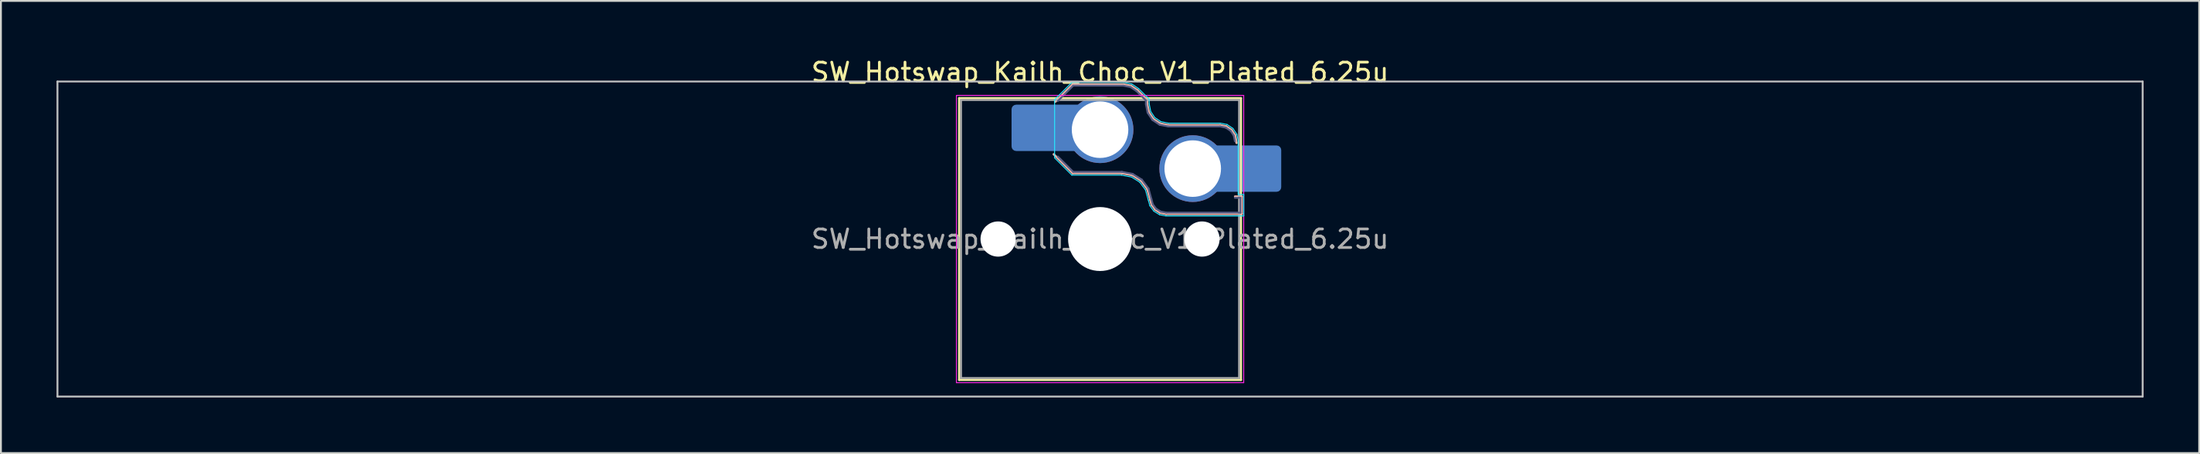
<source format=kicad_pcb>
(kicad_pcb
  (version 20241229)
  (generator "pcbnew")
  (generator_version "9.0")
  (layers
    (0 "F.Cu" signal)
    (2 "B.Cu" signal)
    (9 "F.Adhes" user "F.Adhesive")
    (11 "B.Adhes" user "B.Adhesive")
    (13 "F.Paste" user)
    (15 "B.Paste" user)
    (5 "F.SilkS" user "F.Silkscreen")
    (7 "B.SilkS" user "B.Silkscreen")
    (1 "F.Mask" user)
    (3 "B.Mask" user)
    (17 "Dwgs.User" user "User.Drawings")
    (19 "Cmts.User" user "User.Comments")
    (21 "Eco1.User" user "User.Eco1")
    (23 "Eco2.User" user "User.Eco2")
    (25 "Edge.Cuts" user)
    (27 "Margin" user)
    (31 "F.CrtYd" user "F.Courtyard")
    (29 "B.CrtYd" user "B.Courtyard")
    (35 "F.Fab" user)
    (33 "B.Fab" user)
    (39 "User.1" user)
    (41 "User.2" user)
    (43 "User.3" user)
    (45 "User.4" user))
  (footprint "SW_Hotswap_Kailh_Choc_V1_Plated_6.25u"
    (layer "F.Cu")
    (at 56.3 9.848)
    (property "Reference" "SW_Hotswap_Kailh_Choc_V1_Plated_6.25u" (at 0 -9 0) (layer "F.SilkS") (effects (font (size 1 1) (thickness 0.15))))
    (attr smd)
    (fp_line (start -7.6 -7.6) (end -7.6 7.6) (stroke (width 0.12) (type solid)) (layer "F.SilkS"))
    (fp_line (start -7.6 7.6) (end 7.6 7.6) (stroke (width 0.12) (type solid)) (layer "F.SilkS"))
    (fp_line (start 7.6 -7.6) (end -7.6 -7.6) (stroke (width 0.12) (type solid)) (layer "F.SilkS"))
    (fp_line (start 7.6 7.6) (end 7.6 -7.6) (stroke (width 0.12) (type solid)) (layer "F.SilkS"))
    (fp_line (start -2.416 -7.409) (end -1.479 -8.346) (stroke (width 0.12) (type solid)) (layer "B.SilkS"))
    (fp_line (start -1.479 -8.346) (end 1.268 -8.346) (stroke (width 0.12) (type solid)) (layer "B.SilkS"))
    (fp_line (start -1.479 -3.554) (end -2.5 -4.575) (stroke (width 0.12) (type solid)) (layer "B.SilkS"))
    (fp_line (start 1.168 -3.554) (end -1.479 -3.554) (stroke (width 0.12) (type solid)) (layer "B.SilkS"))
    (fp_line (start 1.268 -8.346) (end 1.671 -8.266) (stroke (width 0.12) (type solid)) (layer "B.SilkS"))
    (fp_line (start 1.671 -8.266) (end 2.013 -8.037) (stroke (width 0.12) (type solid)) (layer "B.SilkS"))
    (fp_line (start 1.73 -3.449) (end 1.168 -3.554) (stroke (width 0.12) (type solid)) (layer "B.SilkS"))
    (fp_line (start 2.013 -8.037) (end 2.546 -7.504) (stroke (width 0.12) (type solid)) (layer "B.SilkS"))
    (fp_line (start 2.209 -3.15) (end 1.73 -3.449) (stroke (width 0.12) (type solid)) (layer "B.SilkS"))
    (fp_line (start 2.546 -7.504) (end 2.546 -7.282) (stroke (width 0.12) (type solid)) (layer "B.SilkS"))
    (fp_line (start 2.546 -7.282) (end 2.633 -6.844) (stroke (width 0.12) (type solid)) (layer "B.SilkS"))
    (fp_line (start 2.547 -2.697) (end 2.209 -3.15) (stroke (width 0.12) (type solid)) (layer "B.SilkS"))
    (fp_line (start 2.633 -6.844) (end 2.877 -6.477) (stroke (width 0.12) (type solid)) (layer "B.SilkS"))
    (fp_line (start 2.701 -2.139) (end 2.547 -2.697) (stroke (width 0.12) (type solid)) (layer "B.SilkS"))
    (fp_line (start 2.783 -1.841) (end 2.701 -2.139) (stroke (width 0.12) (type solid)) (layer "B.SilkS"))
    (fp_line (start 2.877 -6.477) (end 3.244 -6.233) (stroke (width 0.12) (type solid)) (layer "B.SilkS"))
    (fp_line (start 2.976 -1.583) (end 2.783 -1.841) (stroke (width 0.12) (type solid)) (layer "B.SilkS"))
    (fp_line (start 3.244 -6.233) (end 3.682 -6.146) (stroke (width 0.12) (type solid)) (layer "B.SilkS"))
    (fp_line (start 3.25 -1.413) (end 2.976 -1.583) (stroke (width 0.12) (type solid)) (layer "B.SilkS"))
    (fp_line (start 3.56 -1.354) (end 3.25 -1.413) (stroke (width 0.12) (type solid)) (layer "B.SilkS"))
    (fp_line (start 3.682 -6.146) (end 6.482 -6.146) (stroke (width 0.12) (type solid)) (layer "B.SilkS"))
    (fp_line (start 6.482 -6.146) (end 6.809 -6.081) (stroke (width 0.12) (type solid)) (layer "B.SilkS"))
    (fp_line (start 6.809 -6.081) (end 7.092 -5.892) (stroke (width 0.12) (type solid)) (layer "B.SilkS"))
    (fp_line (start 7.092 -5.892) (end 7.281 -5.609) (stroke (width 0.12) (type solid)) (layer "B.SilkS"))
    (fp_line (start 7.281 -5.609) (end 7.366 -5.182) (stroke (width 0.12) (type solid)) (layer "B.SilkS"))
    (fp_line (start 7.283 -2.296) (end 7.646 -2.296) (stroke (width 0.12) (type solid)) (layer "B.SilkS"))
    (fp_line (start 7.646 -2.296) (end 7.646 -1.354) (stroke (width 0.12) (type solid)) (layer "B.SilkS"))
    (fp_line (start 7.646 -1.354) (end 3.56 -1.354) (stroke (width 0.12) (type solid)) (layer "B.SilkS"))
    (fp_line (start -56.25 -8.5) (end -56.25 8.5) (stroke (width 0.1) (type solid)) (layer "Dwgs.User"))
    (fp_line (start -56.25 8.5) (end 56.25 8.5) (stroke (width 0.1) (type solid)) (layer "Dwgs.User"))
    (fp_line (start 56.25 -8.5) (end -56.25 -8.5) (stroke (width 0.1) (type solid)) (layer "Dwgs.User"))
    (fp_line (start 56.25 8.5) (end 56.25 -8.5) (stroke (width 0.1) (type solid)) (layer "Dwgs.User"))
    (fp_line (start -7.25 -7.25) (end -7.25 7.25) (stroke (width 0.1) (type solid)) (layer "Eco1.User"))
    (fp_line (start -7.25 7.25) (end 7.25 7.25) (stroke (width 0.1) (type solid)) (layer "Eco1.User"))
    (fp_line (start 7.25 -7.25) (end -7.25 -7.25) (stroke (width 0.1) (type solid)) (layer "Eco1.User"))
    (fp_line (start 7.25 7.25) (end 7.25 -7.25) (stroke (width 0.1) (type solid)) (layer "Eco1.User"))
    (fp_line (start -2.452 -7.523) (end -1.523 -8.452) (stroke (width 0.05) (type solid)) (layer "B.CrtYd"))
    (fp_line (start -2.452 -4.377) (end -2.452 -7.523) (stroke (width 0.05) (type solid)) (layer "B.CrtYd"))
    (fp_line (start -1.523 -8.452) (end 1.278 -8.452) (stroke (width 0.05) (type solid)) (layer "B.CrtYd"))
    (fp_line (start -1.523 -3.448) (end -2.452 -4.377) (stroke (width 0.05) (type solid)) (layer "B.CrtYd"))
    (fp_line (start 1.159 -3.448) (end -1.523 -3.448) (stroke (width 0.05) (type solid)) (layer "B.CrtYd"))
    (fp_line (start 1.278 -8.452) (end 1.712 -8.366) (stroke (width 0.05) (type solid)) (layer "B.CrtYd"))
    (fp_line (start 1.691 -3.348) (end 1.159 -3.448) (stroke (width 0.05) (type solid)) (layer "B.CrtYd"))
    (fp_line (start 1.712 -8.366) (end 2.081 -8.119) (stroke (width 0.05) (type solid)) (layer "B.CrtYd"))
    (fp_line (start 2.081 -8.119) (end 2.652 -7.548) (stroke (width 0.05) (type solid)) (layer "B.CrtYd"))
    (fp_line (start 2.136 -3.071) (end 1.691 -3.348) (stroke (width 0.05) (type solid)) (layer "B.CrtYd"))
    (fp_line (start 2.45 -2.65) (end 2.136 -3.071) (stroke (width 0.05) (type solid)) (layer "B.CrtYd"))
    (fp_line (start 2.599 -2.111) (end 2.45 -2.65) (stroke (width 0.05) (type solid)) (layer "B.CrtYd"))
    (fp_line (start 2.652 -7.548) (end 2.652 -7.292) (stroke (width 0.05) (type solid)) (layer "B.CrtYd"))
    (fp_line (start 2.652 -7.292) (end 2.733 -6.885) (stroke (width 0.05) (type solid)) (layer "B.CrtYd"))
    (fp_line (start 2.687 -1.794) (end 2.599 -2.111) (stroke (width 0.05) (type solid)) (layer "B.CrtYd"))
    (fp_line (start 2.733 -6.885) (end 2.953 -6.553) (stroke (width 0.05) (type solid)) (layer "B.CrtYd"))
    (fp_line (start 2.903 -1.503) (end 2.687 -1.794) (stroke (width 0.05) (type solid)) (layer "B.CrtYd"))
    (fp_line (start 2.953 -6.553) (end 3.285 -6.333) (stroke (width 0.05) (type solid)) (layer "B.CrtYd"))
    (fp_line (start 3.211 -1.312) (end 2.903 -1.503) (stroke (width 0.05) (type solid)) (layer "B.CrtYd"))
    (fp_line (start 3.285 -6.333) (end 3.692 -6.252) (stroke (width 0.05) (type solid)) (layer "B.CrtYd"))
    (fp_line (start 3.55 -1.248) (end 3.211 -1.312) (stroke (width 0.05) (type solid)) (layer "B.CrtYd"))
    (fp_line (start 3.692 -6.252) (end 6.492 -6.252) (stroke (width 0.05) (type solid)) (layer "B.CrtYd"))
    (fp_line (start 6.492 -6.252) (end 6.85 -6.181) (stroke (width 0.05) (type solid)) (layer "B.CrtYd"))
    (fp_line (start 6.85 -6.181) (end 7.168 -5.968) (stroke (width 0.05) (type solid)) (layer "B.CrtYd"))
    (fp_line (start 7.168 -5.968) (end 7.381 -5.65) (stroke (width 0.05) (type solid)) (layer "B.CrtYd"))
    (fp_line (start 7.381 -5.65) (end 7.452 -5.292) (stroke (width 0.05) (type solid)) (layer "B.CrtYd"))
    (fp_line (start 7.452 -5.292) (end 7.452 -2.402) (stroke (width 0.05) (type solid)) (layer "B.CrtYd"))
    (fp_line (start 7.452 -2.402) (end 7.752 -2.402) (stroke (width 0.05) (type solid)) (layer "B.CrtYd"))
    (fp_line (start 7.752 -2.402) (end 7.752 -1.248) (stroke (width 0.05) (type solid)) (layer "B.CrtYd"))
    (fp_line (start 7.752 -1.248) (end 3.55 -1.248) (stroke (width 0.05) (type solid)) (layer "B.CrtYd"))
    (fp_line (start -7.75 -7.75) (end -7.75 7.75) (stroke (width 0.05) (type solid)) (layer "F.CrtYd"))
    (fp_line (start -7.75 7.75) (end 7.75 7.75) (stroke (width 0.05) (type solid)) (layer "F.CrtYd"))
    (fp_line (start 7.75 -7.75) (end -7.75 -7.75) (stroke (width 0.05) (type solid)) (layer "F.CrtYd"))
    (fp_line (start 7.75 7.75) (end 7.75 -7.75) (stroke (width 0.05) (type solid)) (layer "F.CrtYd"))
    (fp_line (start -2.275 -7.45) (end -1.45 -8.275) (stroke (width 0.1) (type solid)) (layer "B.Fab"))
    (fp_line (start -1.45 -8.275) (end 1.261 -8.275) (stroke (width 0.1) (type solid)) (layer "B.Fab"))
    (fp_line (start -1.45 -3.625) (end -2.275 -4.45) (stroke (width 0.1) (type solid)) (layer "B.Fab"))
    (fp_line (start 1.175 -3.625) (end -1.45 -3.625) (stroke (width 0.1) (type solid)) (layer "B.Fab"))
    (fp_line (start 1.261 -8.275) (end 1.643 -8.199) (stroke (width 0.1) (type solid)) (layer "B.Fab"))
    (fp_line (start 1.643 -8.199) (end 1.968 -7.982) (stroke (width 0.1) (type solid)) (layer "B.Fab"))
    (fp_line (start 1.756 -3.516) (end 1.175 -3.625) (stroke (width 0.1) (type solid)) (layer "B.Fab"))
    (fp_line (start 1.968 -7.982) (end 2.475 -7.475) (stroke (width 0.1) (type solid)) (layer "B.Fab"))
    (fp_line (start 2.258 -3.203) (end 1.756 -3.516) (stroke (width 0.1) (type solid)) (layer "B.Fab"))
    (fp_line (start 2.475 -7.475) (end 2.475 -7.275) (stroke (width 0.1) (type solid)) (layer "B.Fab"))
    (fp_line (start 2.475 -7.275) (end 2.566 -6.816) (stroke (width 0.1) (type solid)) (layer "B.Fab"))
    (fp_line (start 2.566 -6.816) (end 2.826 -6.426) (stroke (width 0.1) (type solid)) (layer "B.Fab"))
    (fp_line (start 2.612 -2.729) (end 2.258 -3.203) (stroke (width 0.1) (type solid)) (layer "B.Fab"))
    (fp_line (start 2.769 -2.158) (end 2.612 -2.729) (stroke (width 0.1) (type solid)) (layer "B.Fab"))
    (fp_line (start 2.826 -6.426) (end 3.216 -6.166) (stroke (width 0.1) (type solid)) (layer "B.Fab"))
    (fp_line (start 2.848 -1.873) (end 2.769 -2.158) (stroke (width 0.1) (type solid)) (layer "B.Fab"))
    (fp_line (start 3.025 -1.636) (end 2.848 -1.873) (stroke (width 0.1) (type solid)) (layer "B.Fab"))
    (fp_line (start 3.216 -6.166) (end 3.675 -6.075) (stroke (width 0.1) (type solid)) (layer "B.Fab"))
    (fp_line (start 3.276 -1.48) (end 3.025 -1.636) (stroke (width 0.1) (type solid)) (layer "B.Fab"))
    (fp_line (start 3.567 -1.425) (end 3.276 -1.48) (stroke (width 0.1) (type solid)) (layer "B.Fab"))
    (fp_line (start 3.675 -6.075) (end 6.475 -6.075) (stroke (width 0.1) (type solid)) (layer "B.Fab"))
    (fp_line (start 6.475 -6.075) (end 6.781 -6.014) (stroke (width 0.1) (type solid)) (layer "B.Fab"))
    (fp_line (start 6.781 -6.014) (end 7.041 -5.841) (stroke (width 0.1) (type solid)) (layer "B.Fab"))
    (fp_line (start 7.041 -5.841) (end 7.214 -5.581) (stroke (width 0.1) (type solid)) (layer "B.Fab"))
    (fp_line (start 7.214 -5.581) (end 7.275 -5.275) (stroke (width 0.1) (type solid)) (layer "B.Fab"))
    (fp_line (start 7.275 -2.225) (end 7.575 -2.225) (stroke (width 0.1) (type solid)) (layer "B.Fab"))
    (fp_line (start 7.575 -2.225) (end 7.575 -1.425) (stroke (width 0.1) (type solid)) (layer "B.Fab"))
    (fp_line (start 7.575 -1.425) (end 3.567 -1.425) (stroke (width 0.1) (type solid)) (layer "B.Fab"))
    (fp_line (start -7.5 -7.5) (end -7.5 7.5) (stroke (width 0.1) (type solid)) (layer "F.Fab"))
    (fp_line (start -7.5 7.5) (end 7.5 7.5) (stroke (width 0.1) (type solid)) (layer "F.Fab"))
    (fp_line (start 7.5 -7.5) (end -7.5 -7.5) (stroke (width 0.1) (type solid)) (layer "F.Fab"))
    (fp_line (start 7.5 7.5) (end 7.5 -7.5) (stroke (width 0.1) (type solid)) (layer "F.Fab"))
    (fp_text user "${REFERENCE}" (at 0 0 0) (layer "F.Fab") (effects (font (size 1 1) (thickness 0.15))))
    (pad "" np_thru_hole circle (at -5.5 0) (size 1.9 1.9) (drill 1.9) (layers "*.Cu" "*.Mask"))
    (pad "" smd roundrect (at -3.5 -6) (size 2.55 2.5) (layers "B.Mask" "B.Paste") (roundrect_rratio 0.1))
    (pad "" smd circle (at 0 -5.9) (size 3.1 3.1) (layers "F.Mask"))
    (pad "" np_thru_hole circle (at 0 0) (size 3.45 3.45) (drill 3.45) (layers "*.Cu" "*.Mask"))
    (pad "" smd circle (at 5 -3.8) (size 3.1 3.1) (layers "F.Mask"))
    (pad "" np_thru_hole circle (at 5.5 0) (size 1.9 1.9) (drill 1.9) (layers "*.Cu" "*.Mask"))
    (pad "" smd roundrect (at 8.5 -3.8) (size 2.55 2.5) (layers "B.Mask" "B.Paste") (roundrect_rratio 0.1))
    (pad "1" smd roundrect (at -2.85 -6) (size 3.85 2.5) (layers "B.Cu") (roundrect_rratio 0.1))
    (pad "1" thru_hole circle (at 0 -5.9) (size 3.6 3.6) (drill 3.05) (layers "*.Cu" "B.Mask"))
    (pad "2" thru_hole circle (at 5 -3.8) (size 3.6 3.6) (drill 3.05) (layers "*.Cu" "B.Mask"))
    (pad "2" smd roundrect (at 7.85 -3.8) (size 3.85 2.5) (layers "B.Cu") (roundrect_rratio 0.1)))
  (gr_rect
    (start -3 -3)
    (end 115.6 21.398)
    (stroke (width 0.1) (type default))
    (fill no)
    (layer "Edge.Cuts")))
</source>
